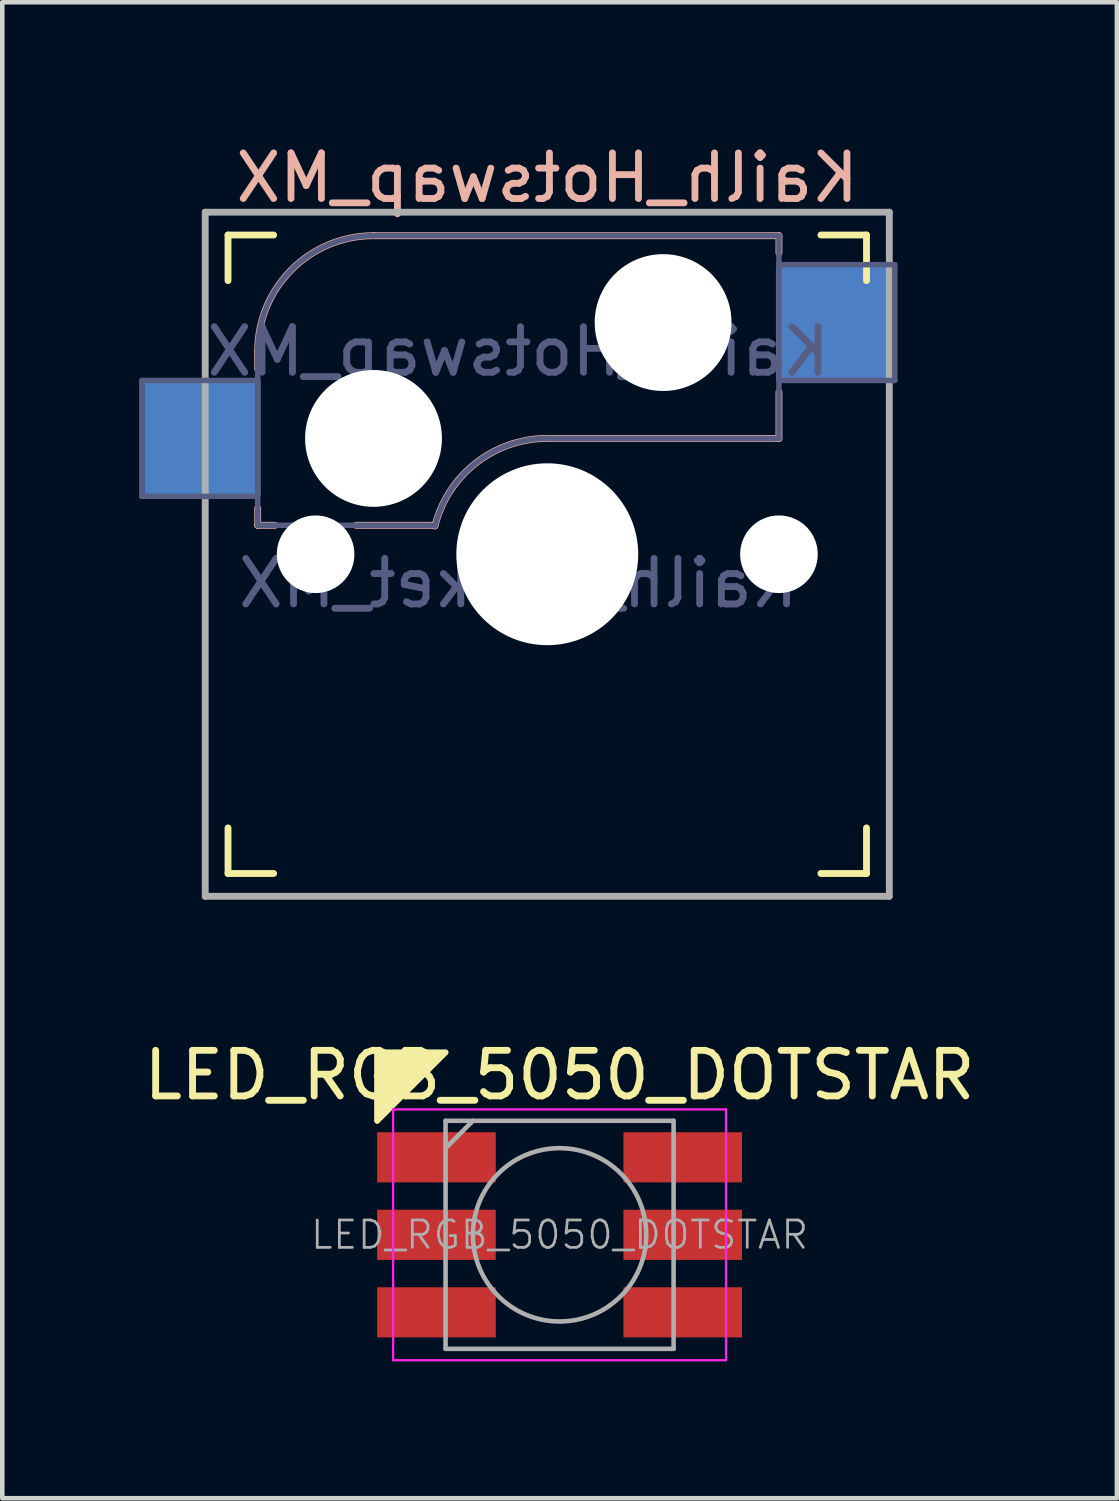
<source format=kicad_pcb>
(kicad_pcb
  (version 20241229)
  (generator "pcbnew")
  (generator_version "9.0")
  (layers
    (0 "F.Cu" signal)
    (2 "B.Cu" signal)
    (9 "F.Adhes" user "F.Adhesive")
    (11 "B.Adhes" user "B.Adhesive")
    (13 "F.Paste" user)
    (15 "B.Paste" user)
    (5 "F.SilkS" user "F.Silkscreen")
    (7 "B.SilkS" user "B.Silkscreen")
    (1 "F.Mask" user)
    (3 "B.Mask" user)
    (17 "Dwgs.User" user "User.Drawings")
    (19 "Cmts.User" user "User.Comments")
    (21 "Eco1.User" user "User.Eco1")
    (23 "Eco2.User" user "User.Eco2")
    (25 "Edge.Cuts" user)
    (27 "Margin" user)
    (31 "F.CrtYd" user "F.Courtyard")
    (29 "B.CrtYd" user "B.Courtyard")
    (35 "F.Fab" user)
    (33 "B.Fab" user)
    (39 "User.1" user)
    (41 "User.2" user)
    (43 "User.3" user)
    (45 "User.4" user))
  (footprint "Kailh_Hotswap_MX"
    (layer "F.Cu")
    (at 8.95 9.103)
    (property "Reference" "Kailh_Hotswap_MX" (at 0 -8.255 0) (layer "B.SilkS") (effects (font (size 1 1) (thickness 0.15)) (justify mirror)))
    (property "Value" "Kailh_socket_MX" (at 0 8.255 0) (layer "F.Fab") (hide yes) (effects (font (size 1 1) (thickness 0.15))))
    (attr smd)
    (fp_line (start -7 -6) (end -7 -7) (stroke (width 0.15) (type solid)) (layer "F.SilkS"))
    (fp_line (start -7 7) (end -7 6) (stroke (width 0.15) (type solid)) (layer "F.SilkS"))
    (fp_line (start -7 7) (end -6 7) (stroke (width 0.15) (type solid)) (layer "F.SilkS"))
    (fp_line (start -6 -7) (end -7 -7) (stroke (width 0.15) (type solid)) (layer "F.SilkS"))
    (fp_line (start 6 7) (end 7 7) (stroke (width 0.15) (type solid)) (layer "F.SilkS"))
    (fp_line (start 7 -7) (end 6 -7) (stroke (width 0.15) (type solid)) (layer "F.SilkS"))
    (fp_line (start 7 -7) (end 7 -6) (stroke (width 0.15) (type solid)) (layer "F.SilkS"))
    (fp_line (start 7 6) (end 7 7) (stroke (width 0.15) (type solid)) (layer "F.SilkS"))
    (fp_line (start -6.35 -4.445) (end -6.35 -4.064) (stroke (width 0.15) (type solid)) (layer "B.SilkS"))
    (fp_line (start -6.35 -1.016) (end -6.35 -0.635) (stroke (width 0.15) (type solid)) (layer "B.SilkS"))
    (fp_line (start -5.969 -0.635) (end -6.35 -0.635) (stroke (width 0.15) (type solid)) (layer "B.SilkS"))
    (fp_line (start -3.81 -6.985) (end 5.08 -6.985) (stroke (width 0.15) (type solid)) (layer "B.SilkS"))
    (fp_line (start -2.464 -0.635) (end -4.191 -0.635) (stroke (width 0.15) (type solid)) (layer "B.SilkS"))
    (fp_line (start 5.08 -6.985) (end 5.08 -6.604) (stroke (width 0.15) (type solid)) (layer "B.SilkS"))
    (fp_line (start 5.08 -3.556) (end 5.08 -2.54) (stroke (width 0.15) (type solid)) (layer "B.SilkS"))
    (fp_line (start 5.08 -2.54) (end 0 -2.54) (stroke (width 0.15) (type solid)) (layer "B.SilkS"))
    (fp_arc (start -6.35 -4.445) (mid -5.606051 -6.241051) (end -3.81 -6.985) (stroke (width 0.15) (type solid)) (layer "B.SilkS"))
    (fp_arc (start -2.464162 -0.61604) (mid -1.563147 -2.002042) (end 0 -2.54) (stroke (width 0.15) (type solid)) (layer "B.SilkS"))
    (fp_line (start -6.9 6.9) (end -6.9 -6.9) (stroke (width 0.15) (type solid)) (layer "Eco2.User"))
    (fp_line (start -6.9 6.9) (end 6.9 6.9) (stroke (width 0.15) (type solid)) (layer "Eco2.User"))
    (fp_line (start 6.9 -6.9) (end -6.9 -6.9) (stroke (width 0.15) (type solid)) (layer "Eco2.User"))
    (fp_line (start 6.9 -6.9) (end 6.9 6.9) (stroke (width 0.15) (type solid)) (layer "Eco2.User"))
    (fp_line (start -8.89 -3.81) (end -6.35 -3.81) (stroke (width 0.12) (type solid)) (layer "B.Fab"))
    (fp_line (start -8.89 -1.27) (end -8.89 -3.81) (stroke (width 0.12) (type solid)) (layer "B.Fab"))
    (fp_line (start -6.35 -1.27) (end -8.89 -1.27) (stroke (width 0.12) (type solid)) (layer "B.Fab"))
    (fp_line (start -6.35 -0.635) (end -6.35 -4.445) (stroke (width 0.12) (type solid)) (layer "B.Fab"))
    (fp_line (start -6.35 -0.635) (end -2.54 -0.635) (stroke (width 0.12) (type solid)) (layer "B.Fab"))
    (fp_line (start -3.81 -6.985) (end 5.08 -6.985) (stroke (width 0.12) (type solid)) (layer "B.Fab"))
    (fp_line (start 5.08 -6.985) (end 5.08 -2.54) (stroke (width 0.12) (type solid)) (layer "B.Fab"))
    (fp_line (start 5.08 -6.35) (end 7.62 -6.35) (stroke (width 0.12) (type solid)) (layer "B.Fab"))
    (fp_line (start 5.08 -2.54) (end 0 -2.54) (stroke (width 0.12) (type solid)) (layer "B.Fab"))
    (fp_line (start 7.62 -6.35) (end 7.62 -3.81) (stroke (width 0.12) (type solid)) (layer "B.Fab"))
    (fp_line (start 7.62 -3.81) (end 5.08 -3.81) (stroke (width 0.12) (type solid)) (layer "B.Fab"))
    (fp_arc (start -6.35 -4.445) (mid -5.606051 -6.241051) (end -3.81 -6.985) (stroke (width 0.12) (type solid)) (layer "B.Fab"))
    (fp_arc (start -2.464162 -0.61604) (mid -1.563147 -2.002042) (end 0 -2.54) (stroke (width 0.12) (type solid)) (layer "B.Fab"))
    (fp_line (start -7.5 -7.5) (end 7.5 -7.5) (stroke (width 0.15) (type solid)) (layer "F.Fab"))
    (fp_line (start -7.5 7.5) (end -7.5 -7.5) (stroke (width 0.15) (type solid)) (layer "F.Fab"))
    (fp_line (start 7.5 -7.5) (end 7.5 7.5) (stroke (width 0.15) (type solid)) (layer "F.Fab"))
    (fp_line (start 7.5 7.5) (end -7.5 7.5) (stroke (width 0.15) (type solid)) (layer "F.Fab"))
    (fp_text user "${REFERENCE}" (at -0.635 -4.445 0) (layer "B.Fab") (effects (font (size 1 1) (thickness 0.15)) (justify mirror)))
    (fp_text user "${VALUE}" (at -0.635 0.635 0) (layer "B.Fab") (effects (font (size 1 1) (thickness 0.15)) (justify mirror)))
    (pad "" np_thru_hole circle (at -5.08 0) (size 1.702 1.702) (drill 1.702) (layers "*.Cu" "*.Mask"))
    (pad "" np_thru_hole circle (at -3.81 -2.54) (size 3 3) (drill 3) (layers "*.Cu" "*.Mask"))
    (pad "" np_thru_hole circle (at 0 0) (size 3.988 3.988) (drill 3.988) (layers "*.Cu" "*.Mask"))
    (pad "" np_thru_hole circle (at 2.54 -5.08) (size 3 3) (drill 3) (layers "*.Cu" "*.Mask"))
    (pad "" np_thru_hole circle (at 5.08 0) (size 1.702 1.702) (drill 1.702) (layers "*.Cu" "*.Mask"))
    (pad "1" smd rect (at 6.29 -5.08) (size 2.55 2.5) (layers "B.Cu" "B.Mask" "B.Paste"))
    (pad "2" smd rect (at -7.56 -2.54) (size 2.55 2.5) (layers "B.Cu" "B.Mask" "B.Paste")))
  (footprint "LED_RGB_5050_DOTSTAR"
    (layer "F.Cu")
    (at 9.22 24.026)
    (property "Reference" "LED_RGB_5050_DOTSTAR" (at 0 -3.5 180) (layer "F.SilkS") (effects (font (size 1 1) (thickness 0.15))))
    (attr smd)
    (fp_line (start -4 -4) (end -2.5 -4) (stroke (width 0.12) (type default)) (layer "F.SilkS"))
    (fp_line (start -4 -2.5) (end -4 -4) (stroke (width 0.12) (type default)) (layer "F.SilkS"))
    (fp_line (start -2.5 -4) (end -4 -2.5) (stroke (width 0.12) (type default)) (layer "F.SilkS"))
    (fp_poly (pts (xy -4 -2.5) (xy -2.5 -4) (xy -4 -4)) (stroke (width 0.12) (type solid)) (fill yes) (layer "F.SilkS"))
    (fp_line (start -3.65 -2.75) (end -3.65 2.75) (stroke (width 0.05) (type solid)) (layer "F.CrtYd"))
    (fp_line (start -3.65 2.75) (end 3.65 2.75) (stroke (width 0.05) (type solid)) (layer "F.CrtYd"))
    (fp_line (start 3.65 -2.75) (end -3.65 -2.75) (stroke (width 0.05) (type solid)) (layer "F.CrtYd"))
    (fp_line (start 3.65 2.75) (end 3.65 -2.75) (stroke (width 0.05) (type solid)) (layer "F.CrtYd"))
    (fp_line (start -2.5 -2.5) (end -2.5 2.5) (stroke (width 0.1) (type solid)) (layer "F.Fab"))
    (fp_line (start -2.5 -1.9) (end -1.9 -2.5) (stroke (width 0.1) (type solid)) (layer "F.Fab"))
    (fp_line (start -2.5 2.5) (end 2.5 2.5) (stroke (width 0.1) (type solid)) (layer "F.Fab"))
    (fp_line (start 2.5 -2.5) (end -2.5 -2.5) (stroke (width 0.1) (type solid)) (layer "F.Fab"))
    (fp_line (start 2.5 2.5) (end 2.5 -2.5) (stroke (width 0.1) (type solid)) (layer "F.Fab"))
    (fp_circle (center 0 0) (end 0 -1.9) (stroke (width 0.1) (type solid)) (fill no) (layer "F.Fab"))
    (fp_text user "${REFERENCE}" (at 0 0 0) (layer "F.Fab") (effects (font (size 0.6 0.6) (thickness 0.06))))
    (pad "1" smd rect (at -2.7 -1.7 90) (size 1.1 2.6) (layers "F.Cu" "F.Mask" "F.Paste"))
    (pad "2" smd rect (at -2.7 0 90) (size 1.1 2.6) (layers "F.Cu" "F.Mask" "F.Paste"))
    (pad "3" smd rect (at -2.7 1.7 90) (size 1.1 2.6) (layers "F.Cu" "F.Mask" "F.Paste"))
    (pad "4" smd rect (at 2.7 1.7 90) (size 1.1 2.6) (layers "F.Cu" "F.Mask" "F.Paste"))
    (pad "5" smd rect (at 2.7 0 90) (size 1.1 2.6) (layers "F.Cu" "F.Mask" "F.Paste"))
    (pad "6" smd rect (at 2.7 -1.7 90) (size 1.1 2.6) (layers "F.Cu" "F.Mask" "F.Paste")))
  (gr_rect
    (start -3 -3)
    (end 21.44 29.802)
    (stroke (width 0.1) (type default))
    (fill no)
    (layer "Edge.Cuts")))
</source>
